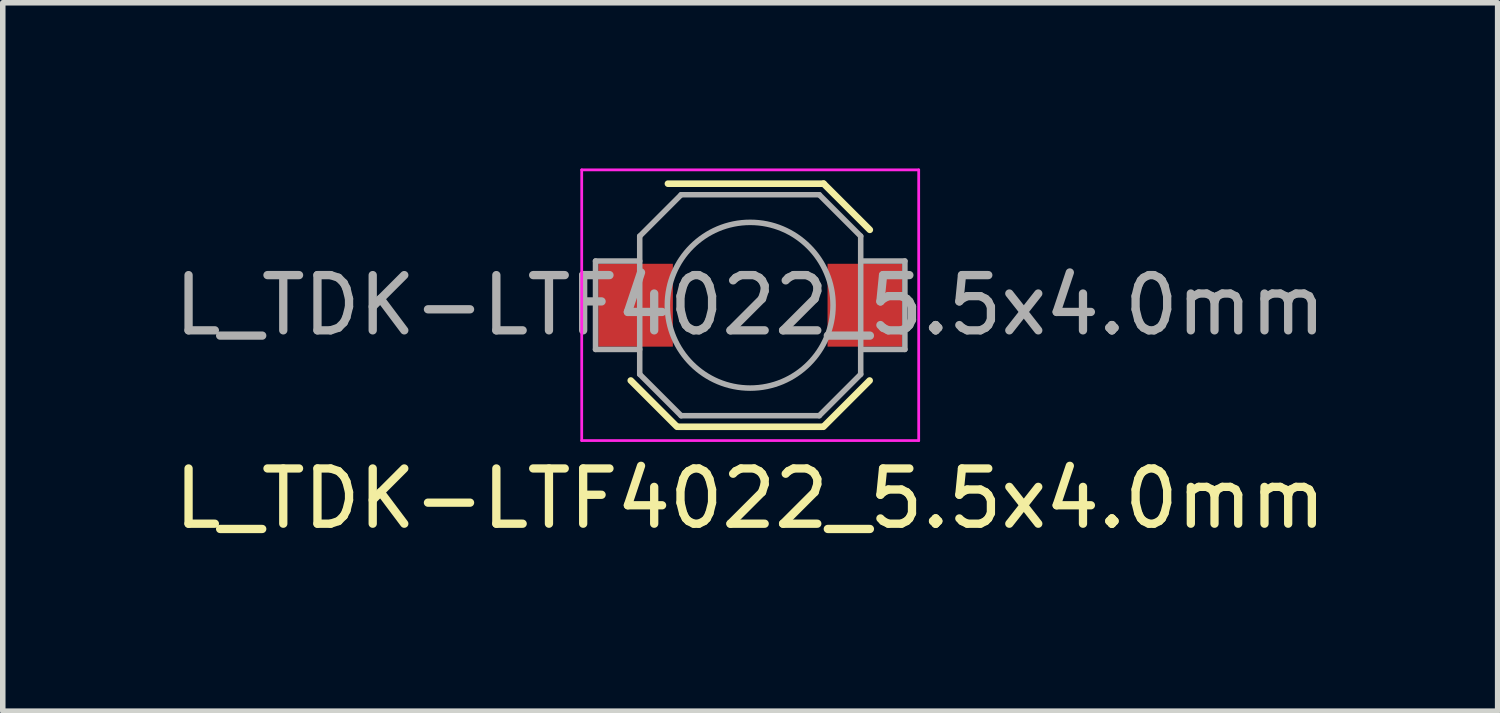
<source format=kicad_pcb>
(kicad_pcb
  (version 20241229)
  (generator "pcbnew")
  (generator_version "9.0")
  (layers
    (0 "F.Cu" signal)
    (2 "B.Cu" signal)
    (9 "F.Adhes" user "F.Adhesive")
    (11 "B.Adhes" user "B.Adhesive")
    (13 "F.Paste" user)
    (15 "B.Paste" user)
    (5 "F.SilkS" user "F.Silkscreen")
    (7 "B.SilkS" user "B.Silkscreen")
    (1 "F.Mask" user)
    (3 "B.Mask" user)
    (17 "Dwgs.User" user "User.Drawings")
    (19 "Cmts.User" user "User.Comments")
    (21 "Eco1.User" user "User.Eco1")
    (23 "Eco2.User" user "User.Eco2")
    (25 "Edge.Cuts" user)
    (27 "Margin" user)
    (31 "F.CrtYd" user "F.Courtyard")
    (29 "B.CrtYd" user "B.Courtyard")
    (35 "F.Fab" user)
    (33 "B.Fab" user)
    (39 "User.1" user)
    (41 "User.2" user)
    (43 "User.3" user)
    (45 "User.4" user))
  (footprint "L_TDK-LTF4022_5.5x4.0mm"
    (layer "F.Cu")
    (at 10.53 2.475)
    (property "Reference" "L_TDK-LTF4022_5.5x4.0mm" (at 0 3.5 0) (layer "F.SilkS") (effects (font (size 1 1) (thickness 0.15))))
    (attr smd)
    (fp_line (start -2.162 1.363) (end -1.325 2.2) (stroke (width 0.12) (type solid)) (layer "F.SilkS"))
    (fp_line (start -1.489 -2.2) (end 1.328 -2.2) (stroke (width 0.12) (type solid)) (layer "F.SilkS"))
    (fp_line (start 1.3 2.2) (end -1.3 2.2) (stroke (width 0.12) (type solid)) (layer "F.SilkS"))
    (fp_line (start 1.328 -2.201) (end 2.165 -1.365) (stroke (width 0.12) (type solid)) (layer "F.SilkS"))
    (fp_line (start 2.162 1.363) (end 1.325 2.2) (stroke (width 0.12) (type solid)) (layer "F.SilkS"))
    (fp_line (start -3.05 -2.45) (end 3.05 -2.45) (stroke (width 0.05) (type solid)) (layer "F.CrtYd"))
    (fp_line (start -3.05 2.45) (end -3.05 -2.45) (stroke (width 0.05) (type solid)) (layer "F.CrtYd"))
    (fp_line (start 3.05 -2.45) (end 3.05 2.45) (stroke (width 0.05) (type solid)) (layer "F.CrtYd"))
    (fp_line (start 3.05 2.45) (end -3.05 2.45) (stroke (width 0.05) (type solid)) (layer "F.CrtYd"))
    (fp_line (start -2.8 -0.8) (end -2 -0.8) (stroke (width 0.1) (type solid)) (layer "F.Fab"))
    (fp_line (start -2.8 0.8) (end -2.8 -0.8) (stroke (width 0.1) (type solid)) (layer "F.Fab"))
    (fp_line (start -2.8 0.8) (end -2 0.8) (stroke (width 0.1) (type solid)) (layer "F.Fab"))
    (fp_line (start -2 -1.25) (end -2 1.25) (stroke (width 0.1) (type solid)) (layer "F.Fab"))
    (fp_line (start -2 1.25) (end -1.25 2) (stroke (width 0.1) (type solid)) (layer "F.Fab"))
    (fp_line (start -1.25 -2) (end -2 -1.25) (stroke (width 0.1) (type solid)) (layer "F.Fab"))
    (fp_line (start 1.25 -2) (end -1.25 -2) (stroke (width 0.1) (type solid)) (layer "F.Fab"))
    (fp_line (start 1.25 -2) (end 2 -1.25) (stroke (width 0.1) (type solid)) (layer "F.Fab"))
    (fp_line (start 1.25 2) (end -1.25 2) (stroke (width 0.1) (type solid)) (layer "F.Fab"))
    (fp_line (start 2 -1.25) (end 2 1.25) (stroke (width 0.1) (type solid)) (layer "F.Fab"))
    (fp_line (start 2 1.25) (end 1.25 2) (stroke (width 0.1) (type solid)) (layer "F.Fab"))
    (fp_line (start 2.8 -0.8) (end 2 -0.8) (stroke (width 0.1) (type solid)) (layer "F.Fab"))
    (fp_line (start 2.8 -0.8) (end 2.8 0.8) (stroke (width 0.1) (type solid)) (layer "F.Fab"))
    (fp_line (start 2.8 0.8) (end 2 0.8) (stroke (width 0.1) (type solid)) (layer "F.Fab"))
    (fp_circle (center 0 0) (end 1.5 0) (stroke (width 0.1) (type default)) (fill no) (layer "F.Fab"))
    (fp_text user "${REFERENCE}" (at 0 0 0) (layer "F.Fab") (effects (font (size 1 1) (thickness 0.15))))
    (pad "1" smd rect (at -2.075 0) (size 1.35 1.5) (layers "F.Cu" "F.Mask" "F.Paste"))
    (pad "2" smd rect (at 2.075 0) (size 1.35 1.5) (layers "F.Cu" "F.Mask" "F.Paste")))
  (gr_rect
    (start -3 -3)
    (end 24.06 9.823)
    (stroke (width 0.1) (type default))
    (fill no)
    (layer "Edge.Cuts")))
</source>
